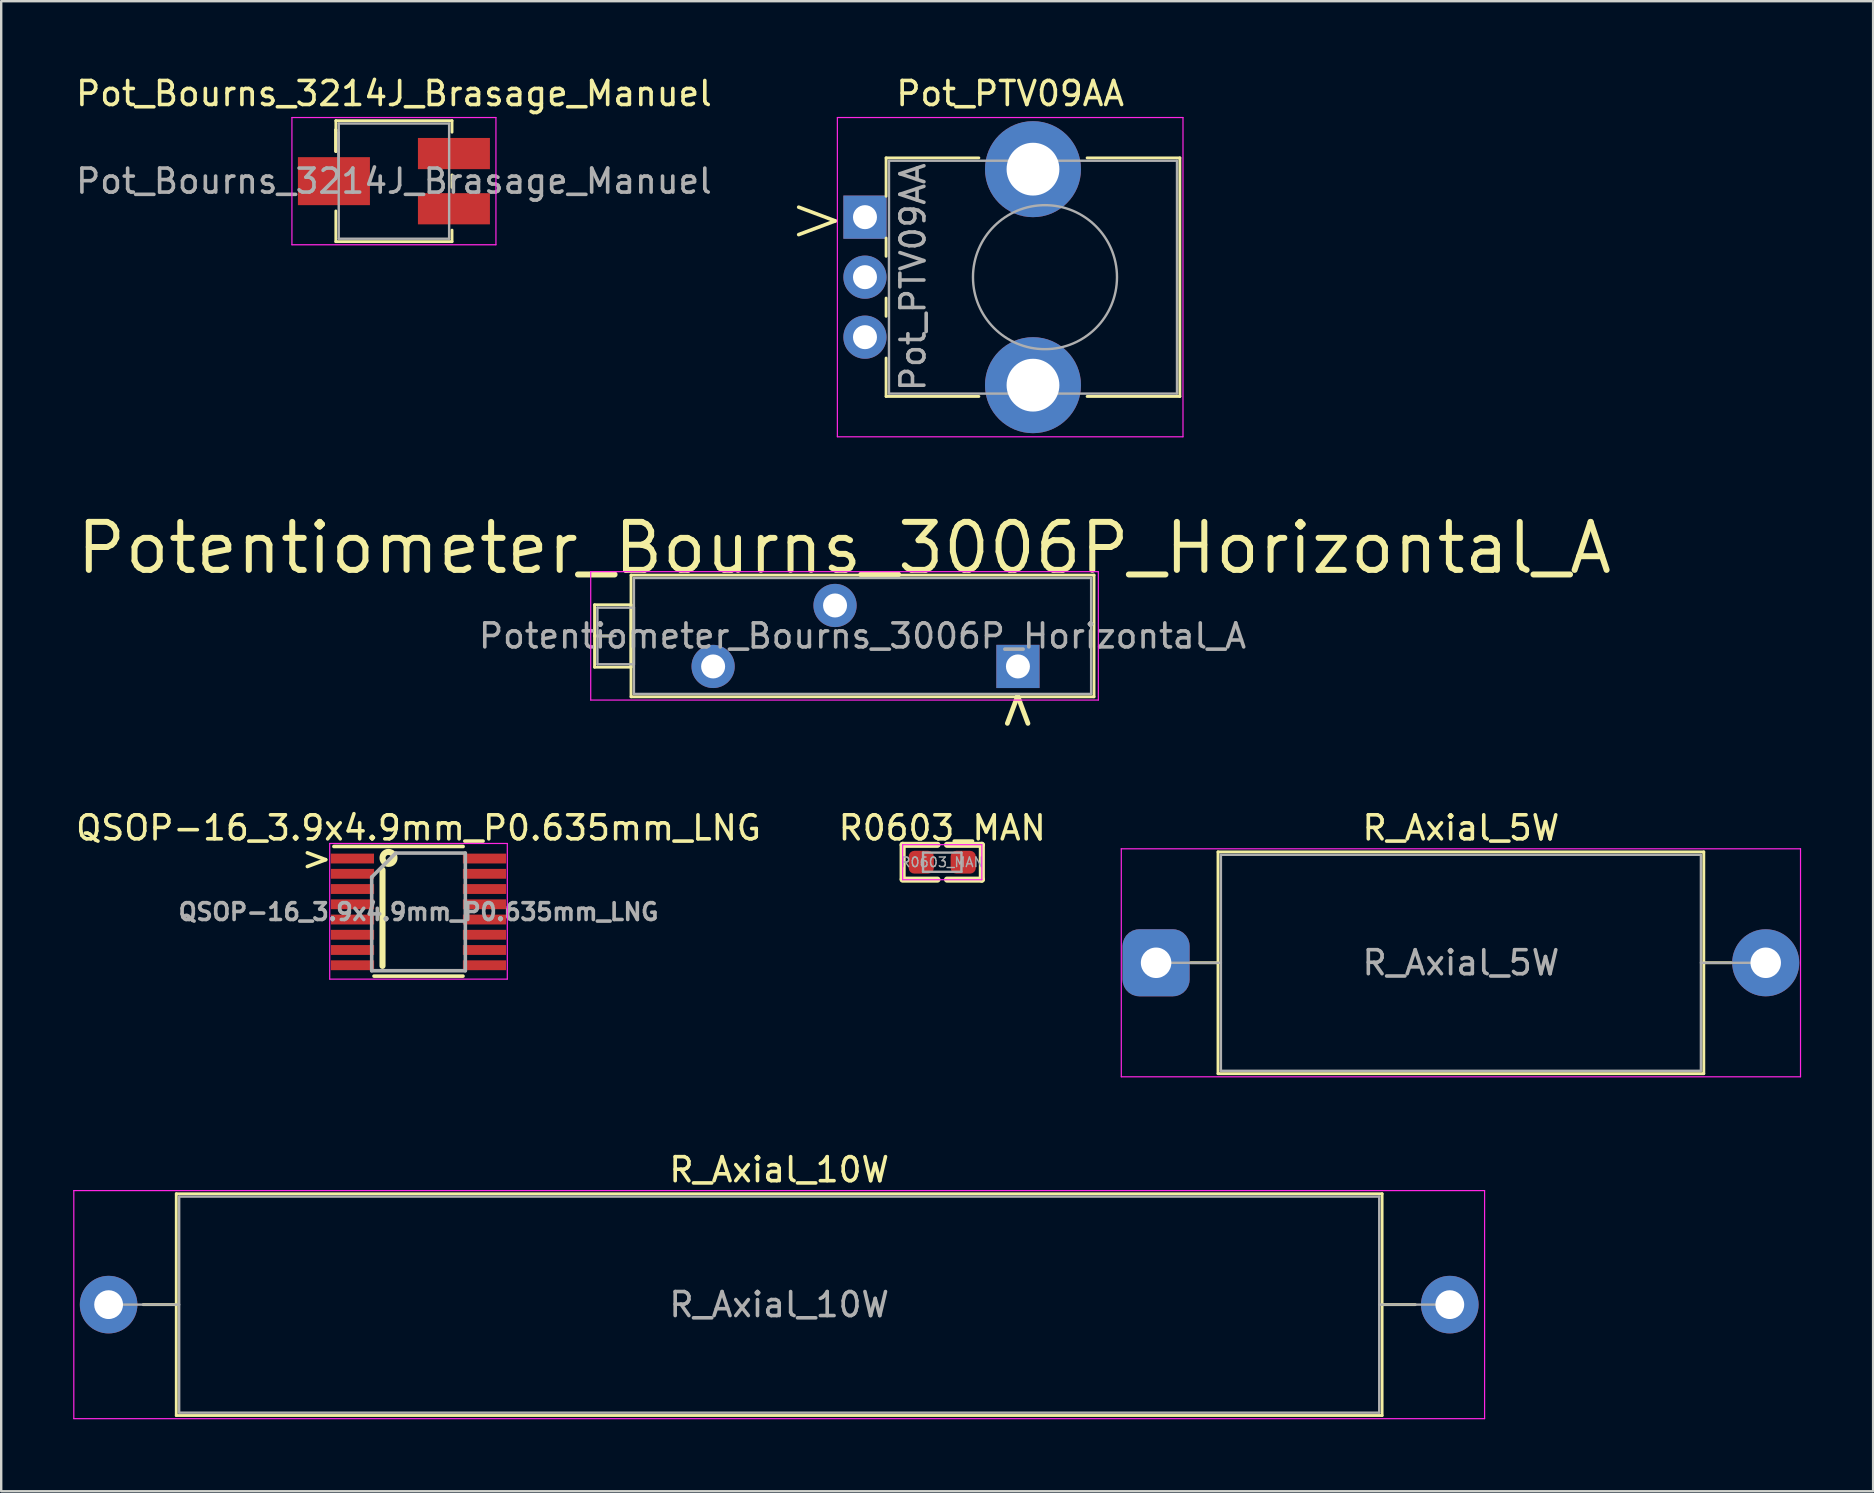
<source format=kicad_pcb>
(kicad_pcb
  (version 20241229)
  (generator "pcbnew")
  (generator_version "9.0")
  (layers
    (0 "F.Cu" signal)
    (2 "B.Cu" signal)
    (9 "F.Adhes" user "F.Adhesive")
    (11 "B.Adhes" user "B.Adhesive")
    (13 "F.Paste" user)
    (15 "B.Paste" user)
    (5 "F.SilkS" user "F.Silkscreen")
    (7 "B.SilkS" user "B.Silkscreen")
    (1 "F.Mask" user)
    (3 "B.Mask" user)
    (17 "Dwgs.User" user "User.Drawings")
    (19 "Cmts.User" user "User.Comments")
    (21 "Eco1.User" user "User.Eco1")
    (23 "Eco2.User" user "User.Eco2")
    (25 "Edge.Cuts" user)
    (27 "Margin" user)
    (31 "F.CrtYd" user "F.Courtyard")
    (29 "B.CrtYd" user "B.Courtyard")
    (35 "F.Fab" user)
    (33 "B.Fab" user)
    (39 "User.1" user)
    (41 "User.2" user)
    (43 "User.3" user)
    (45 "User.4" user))
  (footprint "R0603_MAN"
    (layer "F.Cu")
    (at 36.208 32.874)
    (property "Reference" "R0603_MAN" (at 0 -1.43 0) (unlocked yes) (layer "F.SilkS") (effects (font (size 1 1) (thickness 0.15))))
    (attr smd)
    (fp_line (start -1.65 -0.725) (end -1.65 0.7) (stroke (width 0.254) (type solid)) (layer "F.SilkS"))
    (fp_line (start -1.65 0.7) (end -1.65 0.725) (stroke (width 0.12) (type solid)) (layer "F.SilkS"))
    (fp_line (start -1.65 0.725) (end -0.2 0.725) (stroke (width 0.254) (type solid)) (layer "F.SilkS"))
    (fp_line (start -0.2 -0.725) (end -1.65 -0.725) (stroke (width 0.254) (type solid)) (layer "F.SilkS"))
    (fp_line (start 0.2 0.725) (end 1.65 0.725) (stroke (width 0.254) (type solid)) (layer "F.SilkS"))
    (fp_line (start 1.65 -0.725) (end 0.2 -0.725) (stroke (width 0.254) (type solid)) (layer "F.SilkS"))
    (fp_line (start 1.65 0.725) (end 1.65 -0.725) (stroke (width 0.254) (type solid)) (layer "F.SilkS"))
    (fp_line (start -1.65 -0.73) (end 1.65 -0.73) (stroke (width 0.05) (type solid)) (layer "F.CrtYd"))
    (fp_line (start -1.65 0.73) (end -1.65 -0.73) (stroke (width 0.05) (type solid)) (layer "F.CrtYd"))
    (fp_line (start 1.65 -0.73) (end 1.65 0.73) (stroke (width 0.05) (type solid)) (layer "F.CrtYd"))
    (fp_line (start 1.65 0.73) (end -1.65 0.73) (stroke (width 0.05) (type solid)) (layer "F.CrtYd"))
    (fp_line (start -0.8 -0.4) (end 0.8 -0.4) (stroke (width 0.1) (type solid)) (layer "F.Fab"))
    (fp_line (start -0.8 0.4) (end -0.8 -0.4) (stroke (width 0.1) (type solid)) (layer "F.Fab"))
    (fp_line (start 0.8 -0.4) (end 0.8 0.4) (stroke (width 0.1) (type solid)) (layer "F.Fab"))
    (fp_line (start 0.8 0.4) (end -0.8 0.4) (stroke (width 0.1) (type solid)) (layer "F.Fab"))
    (fp_text user "${REFERENCE}" (at 0 0 0) (layer "F.Fab") (effects (font (size 0.4 0.4) (thickness 0.06))))
    (pad "1" smd roundrect (at -0.875 0) (size 1.05 0.95) (layers "F.Cu" "F.Mask" "F.Paste") (roundrect_rratio 0.25))
    (pad "2" smd roundrect (at 0.875 0) (size 1.05 0.95) (layers "F.Cu" "F.Mask" "F.Paste") (roundrect_rratio 0.25)))
  (footprint "QSOP-16_3.9x4.9mm_P0.635mm_LNG"
    (layer "F.Cu")
    (at 14.387 34.944)
    (property "Reference" "QSOP-16_3.9x4.9mm_P0.635mm_LNG" (at 0 -3.5 0) (layer "F.SilkS") (effects (font (size 1 1) (thickness 0.15))))
    (attr smd)
    (fp_line (start -3.525 -2.725) (end 1.859 -2.725) (stroke (width 0.15) (type solid)) (layer "F.SilkS"))
    (fp_line (start -1.854 2.675) (end 1.854 2.675) (stroke (width 0.15) (type solid)) (layer "F.SilkS"))
    (fp_line (start -1.5 -1.75) (end -1.5 2.25) (stroke (width 0.254) (type solid)) (layer "F.SilkS"))
    (fp_circle (center -1.25 -2.25) (end -1 -2.25) (stroke (width 0.254) (type solid)) (fill no) (layer "F.SilkS"))
    (fp_line (start -3.7 -2.85) (end -3.7 2.8) (stroke (width 0.05) (type solid)) (layer "F.CrtYd"))
    (fp_line (start -3.7 -2.85) (end 3.7 -2.85) (stroke (width 0.05) (type solid)) (layer "F.CrtYd"))
    (fp_line (start -3.7 2.8) (end 3.7 2.8) (stroke (width 0.05) (type solid)) (layer "F.CrtYd"))
    (fp_line (start 3.7 -2.85) (end 3.7 2.8) (stroke (width 0.05) (type solid)) (layer "F.CrtYd"))
    (fp_line (start -1.95 -1.45) (end -0.95 -2.45) (stroke (width 0.15) (type solid)) (layer "F.Fab"))
    (fp_line (start -1.95 2.45) (end -1.95 -1.45) (stroke (width 0.15) (type solid)) (layer "F.Fab"))
    (fp_line (start -0.95 -2.45) (end 1.95 -2.45) (stroke (width 0.15) (type solid)) (layer "F.Fab"))
    (fp_line (start 1.95 -2.45) (end 1.95 2.45) (stroke (width 0.15) (type solid)) (layer "F.Fab"))
    (fp_line (start 1.95 2.45) (end -1.95 2.45) (stroke (width 0.15) (type solid)) (layer "F.Fab"))
    (fp_text user ">" (at -4.25 -2.25 0) (unlocked yes) (layer "F.SilkS") (effects (font (size 1 1) (thickness 0.15))))
    (fp_text user "${REFERENCE}" (at 0 0 0) (layer "F.Fab") (effects (font (size 0.7 0.7) (thickness 0.15))))
    (pad "1" smd rect (at -2.754 -2.223) (size 1.8 0.41) (layers "F.Cu" "F.Mask" "F.Paste"))
    (pad "2" smd rect (at -2.75 -1.587) (size 1.8 0.41) (layers "F.Cu" "F.Mask" "F.Paste"))
    (pad "3" smd rect (at -2.75 -0.953) (size 1.8 0.41) (layers "F.Cu" "F.Mask" "F.Paste"))
    (pad "4" smd rect (at -2.75 -0.318) (size 1.8 0.41) (layers "F.Cu" "F.Mask" "F.Paste"))
    (pad "5" smd rect (at -2.75 0.318) (size 1.8 0.41) (layers "F.Cu" "F.Mask" "F.Paste"))
    (pad "6" smd rect (at -2.75 0.953) (size 1.8 0.41) (layers "F.Cu" "F.Mask" "F.Paste"))
    (pad "7" smd rect (at -2.75 1.587) (size 1.8 0.41) (layers "F.Cu" "F.Mask" "F.Paste"))
    (pad "8" smd rect (at -2.75 2.223) (size 1.8 0.41) (layers "F.Cu" "F.Mask" "F.Paste"))
    (pad "9" smd rect (at 2.75 2.223) (size 1.8 0.41) (layers "F.Cu" "F.Mask" "F.Paste"))
    (pad "10" smd rect (at 2.75 1.587) (size 1.8 0.41) (layers "F.Cu" "F.Mask" "F.Paste"))
    (pad "11" smd rect (at 2.75 0.953) (size 1.8 0.41) (layers "F.Cu" "F.Mask" "F.Paste"))
    (pad "12" smd rect (at 2.75 0.318) (size 1.8 0.41) (layers "F.Cu" "F.Mask" "F.Paste"))
    (pad "13" smd rect (at 2.75 -0.318) (size 1.8 0.41) (layers "F.Cu" "F.Mask" "F.Paste"))
    (pad "14" smd rect (at 2.75 -0.953) (size 1.8 0.41) (layers "F.Cu" "F.Mask" "F.Paste"))
    (pad "15" smd rect (at 2.75 -1.587) (size 1.8 0.41) (layers "F.Cu" "F.Mask" "F.Paste"))
    (pad "16" smd rect (at 2.75 -2.223) (size 1.8 0.41) (layers "F.Cu" "F.Mask" "F.Paste")))
  (footprint "R_Axial_5W"
    (layer "F.Cu")
    (at 45.118 37.064)
    (property "Reference" "R_Axial_5W" (at 12.7 -5.62 0) (layer "F.SilkS") (effects (font (size 1 1) (thickness 0.15))))
    (attr through_hole)
    (fp_line (start 1.44 0) (end 2.58 0) (stroke (width 0.12) (type solid)) (layer "F.SilkS"))
    (fp_line (start 2.58 -4.62) (end 2.58 4.62) (stroke (width 0.12) (type solid)) (layer "F.SilkS"))
    (fp_line (start 2.58 4.62) (end 22.82 4.62) (stroke (width 0.12) (type solid)) (layer "F.SilkS"))
    (fp_line (start 22.82 -4.62) (end 2.58 -4.62) (stroke (width 0.12) (type solid)) (layer "F.SilkS"))
    (fp_line (start 22.82 4.62) (end 22.82 -4.62) (stroke (width 0.12) (type solid)) (layer "F.SilkS"))
    (fp_line (start 23.96 0) (end 22.82 0) (stroke (width 0.12) (type solid)) (layer "F.SilkS"))
    (fp_line (start -1.45 -4.75) (end -1.45 4.75) (stroke (width 0.05) (type solid)) (layer "F.CrtYd"))
    (fp_line (start -1.45 4.75) (end 26.85 4.75) (stroke (width 0.05) (type solid)) (layer "F.CrtYd"))
    (fp_line (start 26.85 -4.75) (end -1.45 -4.75) (stroke (width 0.05) (type solid)) (layer "F.CrtYd"))
    (fp_line (start 26.85 4.75) (end 26.85 -4.75) (stroke (width 0.05) (type solid)) (layer "F.CrtYd"))
    (fp_line (start 0 0) (end 2.7 0) (stroke (width 0.1) (type solid)) (layer "F.Fab"))
    (fp_line (start 2.7 -4.5) (end 2.7 4.5) (stroke (width 0.1) (type solid)) (layer "F.Fab"))
    (fp_line (start 2.7 4.5) (end 22.7 4.5) (stroke (width 0.1) (type solid)) (layer "F.Fab"))
    (fp_line (start 22.7 -4.5) (end 2.7 -4.5) (stroke (width 0.1) (type solid)) (layer "F.Fab"))
    (fp_line (start 22.7 4.5) (end 22.7 -4.5) (stroke (width 0.1) (type solid)) (layer "F.Fab"))
    (fp_line (start 25.4 0) (end 22.7 0) (stroke (width 0.1) (type solid)) (layer "F.Fab"))
    (fp_text user "${REFERENCE}" (at 12.7 0 0) (layer "F.Fab") (effects (font (size 1 1) (thickness 0.15))))
    (pad "1" thru_hole roundrect (at 0 0) (size 2.794 2.794) (drill 1.27) (layers "*.Cu" "*.Mask") (roundrect_rratio 0.25))
    (pad "2" thru_hole circle (at 25.4 0) (size 2.794 2.794) (drill 1.27) (layers "*.Cu" "*.Mask")))
  (footprint "R_Axial_10W"
    (layer "F.Cu")
    (at 1.475 51.307)
    (property "Reference" "R_Axial_10W" (at 27.94 -5.62 0) (layer "F.SilkS") (effects (font (size 1 1) (thickness 0.15))))
    (attr through_hole)
    (fp_line (start 1.44 0) (end 2.82 0) (stroke (width 0.12) (type solid)) (layer "F.SilkS"))
    (fp_line (start 2.82 -4.62) (end 2.82 4.62) (stroke (width 0.12) (type solid)) (layer "F.SilkS"))
    (fp_line (start 2.82 4.62) (end 53.06 4.62) (stroke (width 0.12) (type solid)) (layer "F.SilkS"))
    (fp_line (start 53.06 -4.62) (end 2.82 -4.62) (stroke (width 0.12) (type solid)) (layer "F.SilkS"))
    (fp_line (start 53.06 4.62) (end 53.06 -4.62) (stroke (width 0.12) (type solid)) (layer "F.SilkS"))
    (fp_line (start 54.44 0) (end 53.06 0) (stroke (width 0.12) (type solid)) (layer "F.SilkS"))
    (fp_line (start -1.45 -4.75) (end -1.45 4.75) (stroke (width 0.05) (type solid)) (layer "F.CrtYd"))
    (fp_line (start -1.45 4.75) (end 57.33 4.75) (stroke (width 0.05) (type solid)) (layer "F.CrtYd"))
    (fp_line (start 57.33 -4.75) (end -1.45 -4.75) (stroke (width 0.05) (type solid)) (layer "F.CrtYd"))
    (fp_line (start 57.33 4.75) (end 57.33 -4.75) (stroke (width 0.05) (type solid)) (layer "F.CrtYd"))
    (fp_line (start 0 0) (end 2.94 0) (stroke (width 0.1) (type solid)) (layer "F.Fab"))
    (fp_line (start 2.94 -4.5) (end 2.94 4.5) (stroke (width 0.1) (type solid)) (layer "F.Fab"))
    (fp_line (start 2.94 4.5) (end 52.94 4.5) (stroke (width 0.1) (type solid)) (layer "F.Fab"))
    (fp_line (start 52.94 -4.5) (end 2.94 -4.5) (stroke (width 0.1) (type solid)) (layer "F.Fab"))
    (fp_line (start 52.94 4.5) (end 52.94 -4.5) (stroke (width 0.1) (type solid)) (layer "F.Fab"))
    (fp_line (start 55.88 0) (end 52.94 0) (stroke (width 0.1) (type solid)) (layer "F.Fab"))
    (fp_text user "${REFERENCE}" (at 27.94 0 0) (layer "F.Fab") (effects (font (size 1 1) (thickness 0.15))))
    (pad "1" thru_hole circle (at 0 0) (size 2.4 2.4) (drill 1.2) (layers "*.Cu" "*.Mask"))
    (pad "2" thru_hole oval (at 55.88 0) (size 2.4 2.4) (drill 1.2) (layers "*.Cu" "*.Mask")))
  (footprint "Pot_Bourns_3214J_Brasage_Manuel"
    (layer "F.Cu")
    (at 13.363 4.498)
    (property "Reference" "Pot_Bourns_3214J_Brasage_Manuel" (at 0 -3.65 0) (layer "F.SilkS") (effects (font (size 1 1) (thickness 0.15))))
    (attr smd)
    (fp_line (start -2.42 -2.52) (end -2.42 -1.24) (stroke (width 0.12) (type solid)) (layer "F.SilkS"))
    (fp_line (start -2.42 -2.52) (end 2.42 -2.52) (stroke (width 0.12) (type solid)) (layer "F.SilkS"))
    (fp_line (start -2.42 -2.14) (end -2.42 -2.14) (stroke (width 0.12) (type solid)) (layer "F.SilkS"))
    (fp_line (start -2.42 -2.14) (end -2.42 -1.24) (stroke (width 0.12) (type solid)) (layer "F.SilkS"))
    (fp_line (start -2.42 -2.14) (end -2.42 -1.24) (stroke (width 0.12) (type solid)) (layer "F.SilkS"))
    (fp_line (start -2.42 1.24) (end -2.42 2.52) (stroke (width 0.12) (type solid)) (layer "F.SilkS"))
    (fp_line (start -2.42 2.52) (end 2.42 2.52) (stroke (width 0.12) (type solid)) (layer "F.SilkS"))
    (fp_line (start 2.42 -2.52) (end 2.42 -2.04) (stroke (width 0.12) (type solid)) (layer "F.SilkS"))
    (fp_line (start 2.42 -0.26) (end 2.42 0.26) (stroke (width 0.12) (type solid)) (layer "F.SilkS"))
    (fp_line (start 2.42 2.04) (end 2.42 2.52) (stroke (width 0.12) (type solid)) (layer "F.SilkS"))
    (fp_line (start -4.25 -2.65) (end -4.25 2.65) (stroke (width 0.05) (type solid)) (layer "F.CrtYd"))
    (fp_line (start -4.25 2.65) (end 4.25 2.65) (stroke (width 0.05) (type solid)) (layer "F.CrtYd"))
    (fp_line (start 4.25 -2.65) (end -4.25 -2.65) (stroke (width 0.05) (type solid)) (layer "F.CrtYd"))
    (fp_line (start 4.25 2.65) (end 4.25 -2.65) (stroke (width 0.05) (type solid)) (layer "F.CrtYd"))
    (fp_line (start -2.3 -2.4) (end -2.3 2.4) (stroke (width 0.1) (type solid)) (layer "F.Fab"))
    (fp_line (start -2.3 -2.02) (end -2.3 -2.02) (stroke (width 0.1) (type solid)) (layer "F.Fab"))
    (fp_line (start -2.3 -2.02) (end -2.3 -0.24) (stroke (width 0.1) (type solid)) (layer "F.Fab"))
    (fp_line (start -2.3 -1.13) (end -2.3 -1.13) (stroke (width 0.1) (type solid)) (layer "F.Fab"))
    (fp_line (start -2.3 -0.24) (end -2.3 -2.02) (stroke (width 0.1) (type solid)) (layer "F.Fab"))
    (fp_line (start -2.3 -0.24) (end -2.3 -0.24) (stroke (width 0.1) (type solid)) (layer "F.Fab"))
    (fp_line (start -2.3 2.4) (end 2.3 2.4) (stroke (width 0.1) (type solid)) (layer "F.Fab"))
    (fp_line (start 2.3 -2.4) (end -2.3 -2.4) (stroke (width 0.1) (type solid)) (layer "F.Fab"))
    (fp_line (start 2.3 2.4) (end 2.3 -2.4) (stroke (width 0.1) (type solid)) (layer "F.Fab"))
    (fp_text user "${REFERENCE}" (at 0 0 0) (layer "F.Fab") (effects (font (size 1 1) (thickness 0.15))))
    (pad "1" smd rect (at 2.5 -1.15) (size 3 1.3) (layers "F.Cu" "F.Mask" "F.Paste"))
    (pad "2" smd rect (at -2.5 0) (size 3 2) (layers "F.Cu" "F.Mask" "F.Paste"))
    (pad "3" smd rect (at 2.5 1.15) (size 3 1.3) (layers "F.Cu" "F.Mask" "F.Paste")))
  (footprint "Pot_PTV09AA"
    (layer "F.Cu")
    (at 32.989 10.998)
    (property "Reference" "Pot_PTV09AA" (at 6.05 -10.15 0) (layer "F.SilkS") (effects (font (size 1 1) (thickness 0.15))))
    (attr through_hole)
    (fp_line (start 0.88 -7.47) (end 0.88 -5.871) (stroke (width 0.12) (type solid)) (layer "F.SilkS"))
    (fp_line (start 0.88 -7.47) (end 4.745 -7.47) (stroke (width 0.12) (type solid)) (layer "F.SilkS"))
    (fp_line (start 0.88 -4.129) (end 0.88 -3.37) (stroke (width 0.12) (type solid)) (layer "F.SilkS"))
    (fp_line (start 0.88 -1.629) (end 0.88 -0.87) (stroke (width 0.12) (type solid)) (layer "F.SilkS"))
    (fp_line (start 0.88 0.87) (end 0.88 2.47) (stroke (width 0.12) (type solid)) (layer "F.SilkS"))
    (fp_line (start 0.88 2.47) (end 4.745 2.47) (stroke (width 0.12) (type solid)) (layer "F.SilkS"))
    (fp_line (start 9.255 -7.47) (end 13.12 -7.47) (stroke (width 0.12) (type solid)) (layer "F.SilkS"))
    (fp_line (start 9.255 2.47) (end 13.12 2.47) (stroke (width 0.12) (type solid)) (layer "F.SilkS"))
    (fp_line (start 13.12 -7.47) (end 13.12 2.47) (stroke (width 0.12) (type solid)) (layer "F.SilkS"))
    (fp_line (start -1.15 -9.15) (end -1.15 4.15) (stroke (width 0.05) (type solid)) (layer "F.CrtYd"))
    (fp_line (start -1.15 4.15) (end 13.25 4.15) (stroke (width 0.05) (type solid)) (layer "F.CrtYd"))
    (fp_line (start 13.25 -9.15) (end -1.15 -9.15) (stroke (width 0.05) (type solid)) (layer "F.CrtYd"))
    (fp_line (start 13.25 4.15) (end 13.25 -9.15) (stroke (width 0.05) (type solid)) (layer "F.CrtYd"))
    (fp_line (start 1 -7.35) (end 1 2.35) (stroke (width 0.1) (type solid)) (layer "F.Fab"))
    (fp_line (start 1 2.35) (end 13 2.35) (stroke (width 0.1) (type solid)) (layer "F.Fab"))
    (fp_line (start 13 -7.35) (end 1 -7.35) (stroke (width 0.1) (type solid)) (layer "F.Fab"))
    (fp_line (start 13 2.35) (end 13 -7.35) (stroke (width 0.1) (type solid)) (layer "F.Fab"))
    (fp_circle (center 7.5 -2.5) (end 10.5 -2.5) (stroke (width 0.1) (type solid)) (fill no) (layer "F.Fab"))
    (fp_text user ">" (at -2 -5 0) (unlocked yes) (layer "F.SilkS") (effects (font (size 2 2) (thickness 0.15))))
    (fp_text user "${REFERENCE}" (at 2 -2.5 90) (layer "F.Fab") (effects (font (size 1 1) (thickness 0.15))))
    (pad "" thru_hole circle (at 7 -7) (size 4 4) (drill 2.2) (layers "*.Cu" "*.Mask"))
    (pad "" thru_hole circle (at 7 2) (size 4 4) (drill 2.2) (layers "*.Cu" "*.Mask"))
    (pad "1" thru_hole rect (at 0 -5) (size 1.8 1.8) (drill 1) (layers "*.Cu" "*.Mask"))
    (pad "2" thru_hole circle (at 0 -2.5) (size 1.8 1.8) (drill 1) (layers "*.Cu" "*.Mask"))
    (pad "3" thru_hole circle (at 0 0) (size 1.8 1.8) (drill 1) (layers "*.Cu" "*.Mask")))
  (footprint "Potentiometer_Bourns_3006P_Horizontal_A"
    (layer "F.Cu")
    (at 39.362 24.717)
    (property "Reference" "Potentiometer_Bourns_3006P_Horizontal_A" (at -7.235 -4.935 0) (layer "F.SilkS") (effects (font (size 2 2) (thickness 0.25))))
    (attr through_hole)
    (fp_line (start -17.64 -2.569) (end -17.64 0.03) (stroke (width 0.12) (type solid)) (layer "F.SilkS"))
    (fp_line (start -17.64 -2.569) (end -16.121 -2.569) (stroke (width 0.12) (type solid)) (layer "F.SilkS"))
    (fp_line (start -17.64 -1.27) (end -16.881 -1.27) (stroke (width 0.12) (type solid)) (layer "F.SilkS"))
    (fp_line (start -17.64 0.03) (end -16.121 0.03) (stroke (width 0.12) (type solid)) (layer "F.SilkS"))
    (fp_line (start -16.121 -2.569) (end -16.121 0.03) (stroke (width 0.12) (type solid)) (layer "F.SilkS"))
    (fp_line (start -16.12 -3.805) (end -16.12 1.265) (stroke (width 0.12) (type solid)) (layer "F.SilkS"))
    (fp_line (start -16.12 -3.805) (end 3.17 -3.805) (stroke (width 0.12) (type solid)) (layer "F.SilkS"))
    (fp_line (start -16.12 1.265) (end 3.17 1.265) (stroke (width 0.12) (type solid)) (layer "F.SilkS"))
    (fp_line (start 3.17 -3.805) (end 3.17 1.265) (stroke (width 0.12) (type solid)) (layer "F.SilkS"))
    (fp_line (start -17.8 -3.95) (end -17.8 1.4) (stroke (width 0.05) (type solid)) (layer "F.CrtYd"))
    (fp_line (start -17.8 1.4) (end 3.35 1.4) (stroke (width 0.05) (type solid)) (layer "F.CrtYd"))
    (fp_line (start 3.35 -3.95) (end -17.8 -3.95) (stroke (width 0.05) (type solid)) (layer "F.CrtYd"))
    (fp_line (start 3.35 1.4) (end 3.35 -3.95) (stroke (width 0.05) (type solid)) (layer "F.CrtYd"))
    (fp_line (start -17.52 -2.45) (end -17.52 -0.09) (stroke (width 0.1) (type solid)) (layer "F.Fab"))
    (fp_line (start -17.52 -1.27) (end -16.76 -1.27) (stroke (width 0.1) (type solid)) (layer "F.Fab"))
    (fp_line (start -17.52 -0.09) (end -16 -0.09) (stroke (width 0.1) (type solid)) (layer "F.Fab"))
    (fp_line (start -16 -3.685) (end -16 1.145) (stroke (width 0.1) (type solid)) (layer "F.Fab"))
    (fp_line (start -16 -2.45) (end -17.52 -2.45) (stroke (width 0.1) (type solid)) (layer "F.Fab"))
    (fp_line (start -16 -0.09) (end -16 -2.45) (stroke (width 0.1) (type solid)) (layer "F.Fab"))
    (fp_line (start -16 1.145) (end 3.05 1.145) (stroke (width 0.1) (type solid)) (layer "F.Fab"))
    (fp_line (start 3.05 -3.685) (end -16 -3.685) (stroke (width 0.1) (type solid)) (layer "F.Fab"))
    (fp_line (start 3.05 1.145) (end 3.05 -3.685) (stroke (width 0.1) (type solid)) (layer "F.Fab"))
    (fp_text user "<" (at 0.1 1.8 270) (unlocked yes) (layer "F.SilkS") (effects (font (size 1.5 1.5) (thickness 0.2))))
    (fp_text user "${REFERENCE}" (at -6.475 -1.27 0) (layer "F.Fab") (effects (font (size 1 1) (thickness 0.15))))
    (pad "1" thru_hole rect (at 0 0) (size 1.8 1.8) (drill 1) (layers "*.Cu" "*.Mask"))
    (pad "2" thru_hole circle (at -7.62 -2.54) (size 1.8 1.8) (drill 1) (layers "*.Cu" "*.Mask"))
    (pad "3" thru_hole circle (at -12.7 0) (size 1.8 1.8) (drill 1) (layers "*.Cu" "*.Mask")))
  (gr_rect
    (start -3 -3)
    (end 74.993 59.082)
    (stroke (width 0.1) (type default))
    (fill no)
    (layer "Edge.Cuts")))
</source>
